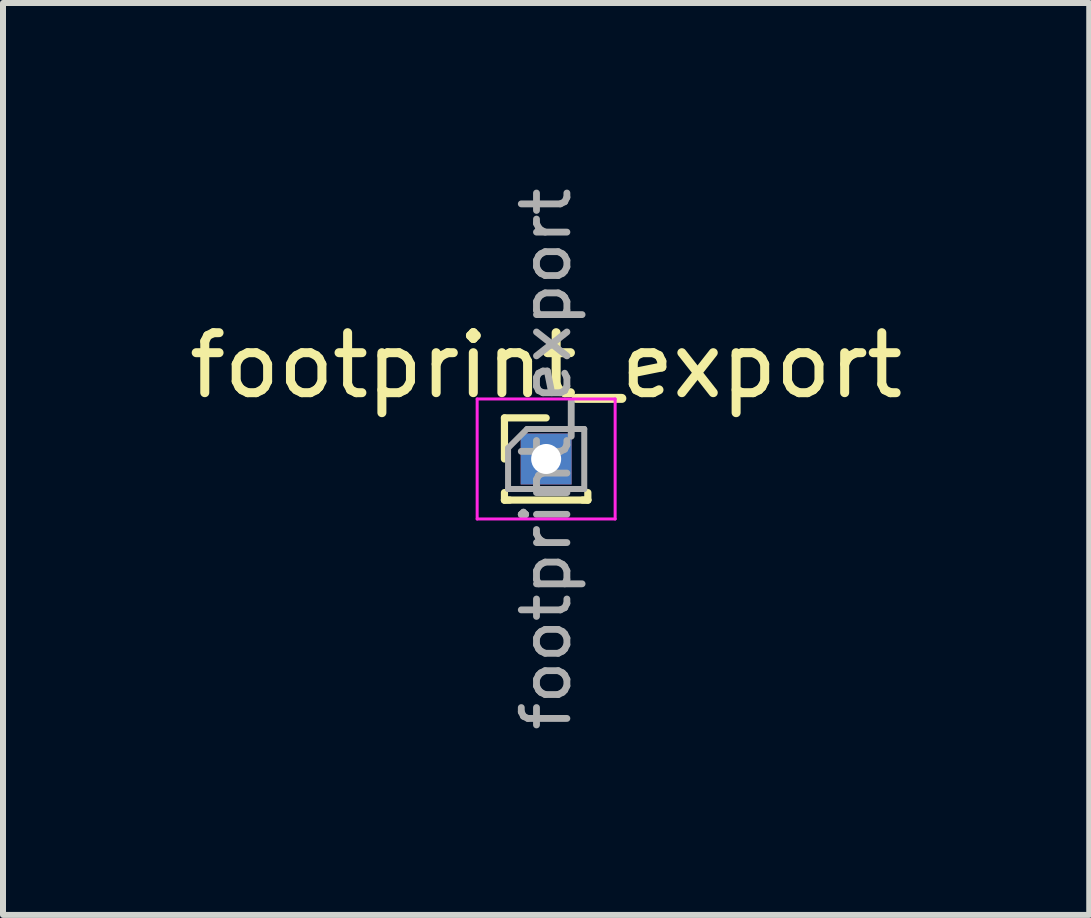
<source format=kicad_pcb>
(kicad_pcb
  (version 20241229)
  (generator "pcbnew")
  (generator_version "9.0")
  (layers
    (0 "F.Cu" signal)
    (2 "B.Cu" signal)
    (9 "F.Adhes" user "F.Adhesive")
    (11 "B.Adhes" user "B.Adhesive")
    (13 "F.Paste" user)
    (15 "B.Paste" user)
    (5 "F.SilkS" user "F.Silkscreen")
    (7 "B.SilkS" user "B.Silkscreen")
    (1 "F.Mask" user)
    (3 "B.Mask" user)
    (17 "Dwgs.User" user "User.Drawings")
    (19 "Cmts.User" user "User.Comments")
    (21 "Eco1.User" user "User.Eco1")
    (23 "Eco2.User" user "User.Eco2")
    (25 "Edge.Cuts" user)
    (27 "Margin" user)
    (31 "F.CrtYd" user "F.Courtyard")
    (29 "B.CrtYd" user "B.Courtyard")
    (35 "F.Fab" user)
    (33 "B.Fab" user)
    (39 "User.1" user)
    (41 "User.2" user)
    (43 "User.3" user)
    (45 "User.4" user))
  (footprint "footprint_export"
    (layer "F.Cu")
    (at 6.054 4.601)
    (property "Reference" "footprint_export" (at 0 -1.56 0) (layer "F.SilkS") (effects (font (size 1 1) (thickness 0.15))))
    (attr through_hole)
    (fp_line (start -0.695 -0.685) (end 0 -0.685) (stroke (width 0.12) (type solid)) (layer "F.SilkS"))
    (fp_line (start -0.695 0) (end -0.695 -0.685) (stroke (width 0.12) (type solid)) (layer "F.SilkS"))
    (fp_line (start -0.695 0.685) (end -0.695 0.56) (stroke (width 0.12) (type solid)) (layer "F.SilkS"))
    (fp_line (start -0.695 0.685) (end -0.608 0.685) (stroke (width 0.12) (type solid)) (layer "F.SilkS"))
    (fp_line (start -0.695 0.685) (end 0.695 0.685) (stroke (width 0.12) (type solid)) (layer "F.SilkS"))
    (fp_line (start 0.608 0.685) (end 0.695 0.685) (stroke (width 0.12) (type solid)) (layer "F.SilkS"))
    (fp_line (start 0.695 0.685) (end 0.695 0.56) (stroke (width 0.12) (type solid)) (layer "F.SilkS"))
    (fp_line (start -1.15 -1) (end -1.15 1) (stroke (width 0.05) (type solid)) (layer "F.CrtYd"))
    (fp_line (start -1.15 1) (end 1.15 1) (stroke (width 0.05) (type solid)) (layer "F.CrtYd"))
    (fp_line (start 1.15 -1) (end -1.15 -1) (stroke (width 0.05) (type solid)) (layer "F.CrtYd"))
    (fp_line (start 1.15 1) (end 1.15 -1) (stroke (width 0.05) (type solid)) (layer "F.CrtYd"))
    (fp_line (start -0.635 -0.182) (end -0.318 -0.5) (stroke (width 0.1) (type solid)) (layer "F.Fab"))
    (fp_line (start -0.635 0.5) (end -0.635 -0.182) (stroke (width 0.1) (type solid)) (layer "F.Fab"))
    (fp_line (start -0.318 -0.5) (end 0.635 -0.5) (stroke (width 0.1) (type solid)) (layer "F.Fab"))
    (fp_line (start 0.635 -0.5) (end 0.635 0.5) (stroke (width 0.1) (type solid)) (layer "F.Fab"))
    (fp_line (start 0.635 0.5) (end -0.635 0.5) (stroke (width 0.1) (type solid)) (layer "F.Fab"))
    (fp_text user "${REFERENCE}" (at 0 0 90) (layer "F.Fab") (effects (font (size 0.76 0.76) (thickness 0.114))))
    (pad "1" thru_hole rect (at 0 0) (size 0.85 0.85) (drill 0.5) (layers "*.Cu" "*.Mask")))
  (gr_rect
    (start -3 -3)
    (end 15.107 12.201)
    (stroke (width 0.1) (type default))
    (fill no)
    (layer "Edge.Cuts")))
</source>
